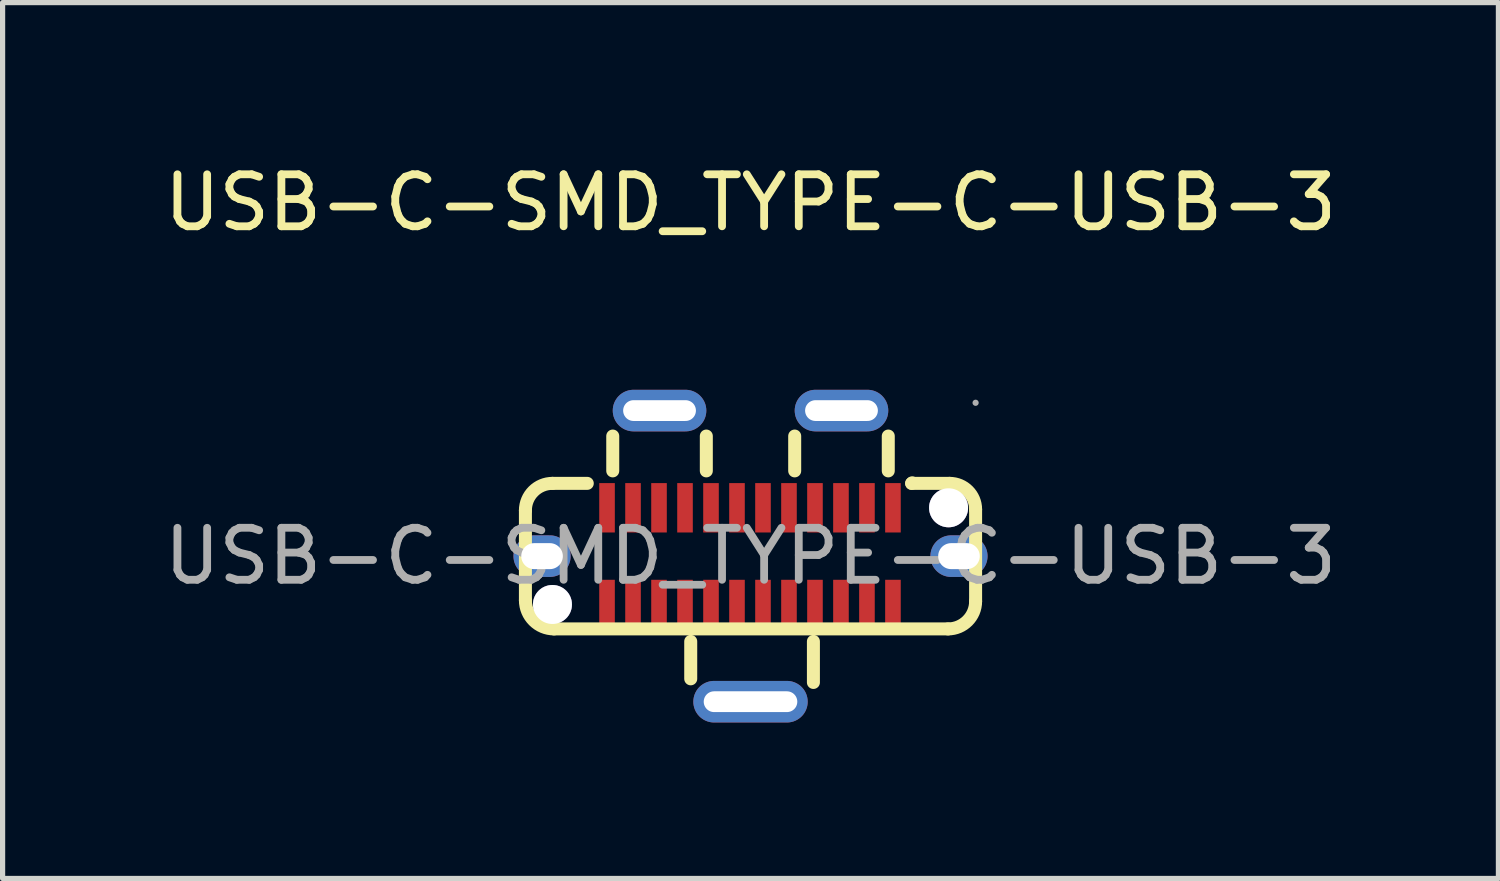
<source format=kicad_pcb>
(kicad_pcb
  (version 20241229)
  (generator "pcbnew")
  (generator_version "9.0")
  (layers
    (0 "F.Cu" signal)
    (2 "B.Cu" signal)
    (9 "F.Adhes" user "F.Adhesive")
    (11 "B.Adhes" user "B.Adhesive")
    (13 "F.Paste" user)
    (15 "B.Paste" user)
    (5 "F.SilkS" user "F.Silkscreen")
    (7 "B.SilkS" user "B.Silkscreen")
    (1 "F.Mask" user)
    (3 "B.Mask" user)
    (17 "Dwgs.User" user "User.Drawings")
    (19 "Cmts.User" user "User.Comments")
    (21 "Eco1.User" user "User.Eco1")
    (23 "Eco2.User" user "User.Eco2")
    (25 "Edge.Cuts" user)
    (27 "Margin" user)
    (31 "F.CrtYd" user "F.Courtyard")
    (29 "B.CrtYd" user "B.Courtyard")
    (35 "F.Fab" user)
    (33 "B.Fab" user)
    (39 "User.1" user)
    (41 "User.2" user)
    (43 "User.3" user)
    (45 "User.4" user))
  (footprint "USB-C-SMD_TYPE-C-USB-3"
    (layer "F.Cu")
    (at 11.387 7.648)
    (property "Reference" "USB-C-SMD_TYPE-C-USB-3" (at 0 -6.8 0) (layer "F.SilkS") (effects (font (size 1 1) (thickness 0.15))))
    (attr smd)
    (fp_line (start -4.33 0.85) (end -4.33 -0.88) (stroke (width 0.25) (type solid)) (layer "F.SilkS"))
    (fp_line (start -3.14 -1.4) (end -3.81 -1.4) (stroke (width 0.25) (type solid)) (layer "F.SilkS"))
    (fp_line (start -2.65 -2.31) (end -2.65 -1.64) (stroke (width 0.25) (type solid)) (layer "F.SilkS"))
    (fp_line (start -1.15 2.36) (end -1.15 1.64) (stroke (width 0.25) (type solid)) (layer "F.SilkS"))
    (fp_line (start -0.85 -2.31) (end -0.85 -1.64) (stroke (width 0.25) (type solid)) (layer "F.SilkS"))
    (fp_line (start 0.85 -2.31) (end 0.85 -1.64) (stroke (width 0.25) (type solid)) (layer "F.SilkS"))
    (fp_line (start 1.21 1.64) (end 1.21 2.43) (stroke (width 0.25) (type solid)) (layer "F.SilkS"))
    (fp_line (start 2.65 -2.31) (end 2.65 -1.64) (stroke (width 0.25) (type solid)) (layer "F.SilkS"))
    (fp_line (start 3.1 -1.4) (end 3.83 -1.4) (stroke (width 0.25) (type solid)) (layer "F.SilkS"))
    (fp_line (start 3.8 1.4) (end -3.78 1.4) (stroke (width 0.25) (type solid)) (layer "F.SilkS"))
    (fp_line (start 4.33 -0.9) (end 4.33 0.87) (stroke (width 0.25) (type solid)) (layer "F.SilkS"))
    (fp_arc (start -4.33 -0.88) (mid -4.177696 -1.247696) (end -3.81 -1.4) (stroke (width 0.25) (type solid)) (layer "F.SilkS"))
    (fp_arc (start -3.78 1.4) (mid -4.168909 1.238909) (end -4.33 0.85) (stroke (width 0.25) (type solid)) (layer "F.SilkS"))
    (fp_arc (start 3.11 -1.41) (mid 3.107071 -1.402929) (end 3.1 -1.4) (stroke (width 0.25) (type solid)) (layer "F.SilkS"))
    (fp_arc (start 3.83 -1.4) (mid 4.183553 -1.253553) (end 4.33 -0.9) (stroke (width 0.25) (type solid)) (layer "F.SilkS"))
    (fp_arc (start 4.33 0.87) (mid 4.174767 1.244767) (end 3.8 1.4) (stroke (width 0.25) (type solid)) (layer "F.SilkS"))
    (fp_circle (center -3.81 0.93) (end -3.66 0.93) (stroke (width 0.3) (type solid)) (fill no) (layer "Cmts.User"))
    (fp_circle (center 3.81 -0.93) (end 3.96 -0.93) (stroke (width 0.3) (type solid)) (fill no) (layer "Cmts.User"))
    (fp_circle (center 4.33 -2.95) (end 4.36 -2.95) (stroke (width 0.06) (type solid)) (fill no) (layer "F.Fab"))
    (fp_text user "${REFERENCE}" (at 0 0 0) (layer "F.Fab") (effects (font (size 1 1) (thickness 0.15))))
    (pad "" thru_hole circle (at -3.81 0.93) (size 0.75 0.75) (drill 0.75) (layers "*.Cu" "*.Mask"))
    (pad "" thru_hole circle (at 3.81 -0.93) (size 0.75 0.75) (drill 0.75) (layers "*.Cu" "*.Mask"))
    (pad "0" thru_hole oval (at -4.01 0) (size 1.1 0.8) (drill oval 0.8 0.5) (layers "*.Cu" "*.Mask"))
    (pad "0" thru_hole oval (at -1.75 -2.8 90) (size 0.8 1.8) (drill oval 0.4 1.4) (layers "*.Cu" "*.Mask"))
    (pad "0" thru_hole oval (at 0 2.8 90) (size 0.8 2.2) (drill oval 0.4 1.8) (layers "*.Cu" "*.Mask"))
    (pad "0" thru_hole oval (at 1.75 -2.8 90) (size 0.8 1.8) (drill oval 0.4 1.4) (layers "*.Cu" "*.Mask"))
    (pad "0" thru_hole oval (at 4.01 0) (size 1.1 0.8) (drill oval 0.8 0.5) (layers "*.Cu" "*.Mask"))
    (pad "A1" smd rect (at 2.74 -0.93 180) (size 0.3 0.95) (layers "F.Cu" "F.Mask" "F.Paste"))
    (pad "A2" smd rect (at 2.24 -0.93 180) (size 0.3 0.95) (layers "F.Cu" "F.Mask" "F.Paste"))
    (pad "A3" smd rect (at 1.74 -0.93 180) (size 0.3 0.95) (layers "F.Cu" "F.Mask" "F.Paste"))
    (pad "A4" smd rect (at 1.24 -0.93 180) (size 0.3 0.95) (layers "F.Cu" "F.Mask" "F.Paste"))
    (pad "A5" smd rect (at 0.74 -0.93 180) (size 0.3 0.95) (layers "F.Cu" "F.Mask" "F.Paste"))
    (pad "A6" smd rect (at 0.24 -0.93 180) (size 0.3 0.95) (layers "F.Cu" "F.Mask" "F.Paste"))
    (pad "A7" smd rect (at -0.26 -0.93 180) (size 0.3 0.95) (layers "F.Cu" "F.Mask" "F.Paste"))
    (pad "A8" smd rect (at -0.76 -0.93 180) (size 0.3 0.95) (layers "F.Cu" "F.Mask" "F.Paste"))
    (pad "A9" smd rect (at -1.26 -0.93 180) (size 0.3 0.95) (layers "F.Cu" "F.Mask" "F.Paste"))
    (pad "A10" smd rect (at -1.76 -0.93 180) (size 0.3 0.95) (layers "F.Cu" "F.Mask" "F.Paste"))
    (pad "A11" smd rect (at -2.26 -0.93 180) (size 0.3 0.95) (layers "F.Cu" "F.Mask" "F.Paste"))
    (pad "A12" smd rect (at -2.76 -0.93 180) (size 0.3 0.95) (layers "F.Cu" "F.Mask" "F.Paste"))
    (pad "B1" smd rect (at -2.76 0.93) (size 0.3 0.95) (layers "F.Cu" "F.Mask" "F.Paste"))
    (pad "B2" smd rect (at -2.26 0.93) (size 0.3 0.95) (layers "F.Cu" "F.Mask" "F.Paste"))
    (pad "B3" smd rect (at -1.76 0.93) (size 0.3 0.95) (layers "F.Cu" "F.Mask" "F.Paste"))
    (pad "B4" smd rect (at -1.26 0.93) (size 0.3 0.95) (layers "F.Cu" "F.Mask" "F.Paste"))
    (pad "B5" smd rect (at -0.76 0.93) (size 0.3 0.95) (layers "F.Cu" "F.Mask" "F.Paste"))
    (pad "B6" smd rect (at -0.26 0.93) (size 0.3 0.95) (layers "F.Cu" "F.Mask" "F.Paste"))
    (pad "B7" smd rect (at 0.24 0.93) (size 0.3 0.95) (layers "F.Cu" "F.Mask" "F.Paste"))
    (pad "B8" smd rect (at 0.74 0.93) (size 0.3 0.95) (layers "F.Cu" "F.Mask" "F.Paste"))
    (pad "B9" smd rect (at 1.24 0.93) (size 0.3 0.95) (layers "F.Cu" "F.Mask" "F.Paste"))
    (pad "B10" smd rect (at 1.74 0.93) (size 0.3 0.95) (layers "F.Cu" "F.Mask" "F.Paste"))
    (pad "B11" smd rect (at 2.24 0.93) (size 0.3 0.95) (layers "F.Cu" "F.Mask" "F.Paste"))
    (pad "B12" smd rect (at 2.74 0.93) (size 0.3 0.95) (layers "F.Cu" "F.Mask" "F.Paste")))
  (gr_rect
    (start -3 -3)
    (end 25.774 13.848)
    (stroke (width 0.1) (type default))
    (fill no)
    (layer "Edge.Cuts")))
</source>
